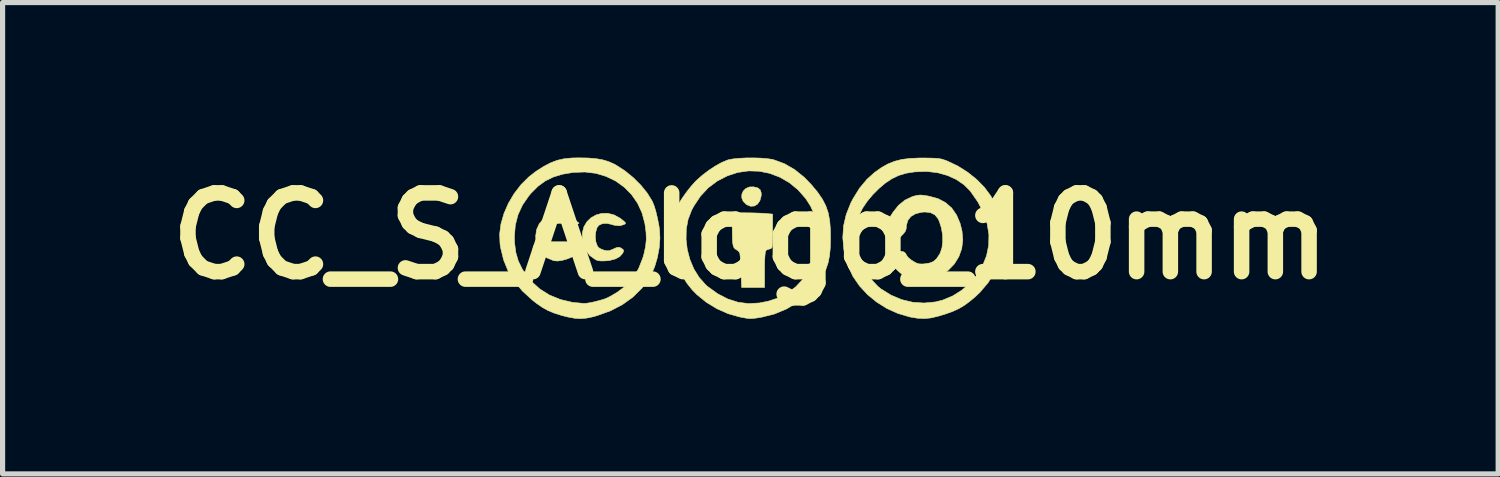
<source format=kicad_pcb>
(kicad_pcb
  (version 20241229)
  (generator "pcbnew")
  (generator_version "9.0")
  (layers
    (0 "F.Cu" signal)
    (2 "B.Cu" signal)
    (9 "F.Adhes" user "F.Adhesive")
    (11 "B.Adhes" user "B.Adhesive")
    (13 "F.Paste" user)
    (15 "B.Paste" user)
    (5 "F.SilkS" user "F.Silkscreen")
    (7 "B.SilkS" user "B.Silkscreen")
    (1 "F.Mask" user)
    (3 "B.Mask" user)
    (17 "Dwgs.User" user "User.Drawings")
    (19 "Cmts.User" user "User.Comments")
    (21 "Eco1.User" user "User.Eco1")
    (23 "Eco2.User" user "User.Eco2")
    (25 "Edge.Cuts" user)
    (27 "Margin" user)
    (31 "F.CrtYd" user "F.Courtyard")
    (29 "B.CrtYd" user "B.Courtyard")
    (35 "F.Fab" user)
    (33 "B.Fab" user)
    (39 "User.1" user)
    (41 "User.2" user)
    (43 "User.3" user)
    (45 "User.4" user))
  (footprint "CC_S_A_logo_10mm"
    (layer "F.Cu")
    (at 11.474 1.518)
    (property "Reference" "CC_S_A_logo_10mm" (at 0 0 0) (layer "F.SilkS") (effects (font (size 1.524 1.524) (thickness 0.3))))
    (attr through_hole)
    (fp_poly (pts (xy 0.144 -0.931) (xy 0.191 -0.892) (xy 0.21 -0.831) (xy 0.208 -0.773) (xy 0.183 -0.682) (xy 0.136 -0.616) (xy 0.074 -0.58) (xy 0.002 -0.576) (xy -0.074 -0.607) (xy -0.077 -0.609) (xy -0.138 -0.669) (xy -0.167 -0.737) (xy -0.166 -0.807) (xy -0.138 -0.871) (xy -0.087 -0.921) (xy -0.016 -0.95) (xy 0.063 -0.951) (xy 0.144 -0.931)) (stroke (width 0.01) (type solid)) (fill yes) (layer "F.SilkS"))
    (fp_poly (pts (xy 0.001 -0.448) (xy 0.116 -0.445) (xy 0.218 -0.441) (xy 0.28 -0.437) (xy 0.43 -0.424) (xy 0.43 -0.116) (xy 0.429 -0.008) (xy 0.427 0.087) (xy 0.424 0.163) (xy 0.42 0.211) (xy 0.418 0.223) (xy 0.391 0.247) (xy 0.36 0.254) (xy 0.315 0.269) (xy 0.294 0.292) (xy 0.287 0.325) (xy 0.281 0.39) (xy 0.276 0.482) (xy 0.274 0.594) (xy 0.274 0.663) (xy 0.274 0.996) (xy -0.17 0.996) (xy -0.182 0.678) (xy -0.187 0.568) (xy -0.192 0.47) (xy -0.198 0.392) (xy -0.204 0.341) (xy -0.207 0.325) (xy -0.233 0.292) (xy -0.273 0.264) (xy -0.3 0.246) (xy -0.32 0.221) (xy -0.334 0.184) (xy -0.344 0.128) (xy -0.349 0.048) (xy -0.351 -0.061) (xy -0.352 -0.169) (xy -0.352 -0.449) (xy -0.11 -0.449) (xy 0.001 -0.448)) (stroke (width 0.01) (type solid)) (fill yes) (layer "F.SilkS"))
    (fp_poly (pts (xy -3.577 -0.412) (xy -3.458 -0.353) (xy -3.41 -0.32) (xy -3.316 -0.248) (xy -3.363 -0.223) (xy -3.443 -0.198) (xy -3.537 -0.208) (xy -3.596 -0.227) (xy -3.687 -0.248) (xy -3.767 -0.236) (xy -3.83 -0.192) (xy -3.863 -0.14) (xy -3.882 -0.068) (xy -3.887 0.017) (xy -3.882 0.103) (xy -3.865 0.178) (xy -3.838 0.23) (xy -3.83 0.238) (xy -3.771 0.264) (xy -3.692 0.273) (xy -3.605 0.263) (xy -3.543 0.244) (xy -3.481 0.221) (xy -3.438 0.218) (xy -3.401 0.234) (xy -3.38 0.25) (xy -3.35 0.281) (xy -3.35 0.311) (xy -3.359 0.329) (xy -3.4 0.372) (xy -3.469 0.413) (xy -3.555 0.447) (xy -3.646 0.472) (xy -3.733 0.484) (xy -3.803 0.478) (xy -3.81 0.476) (xy -3.938 0.423) (xy -4.032 0.356) (xy -4.098 0.27) (xy -4.139 0.161) (xy -4.143 0.147) (xy -4.157 0.005) (xy -4.138 -0.125) (xy -4.086 -0.238) (xy -4.005 -0.331) (xy -3.896 -0.4) (xy -3.807 -0.431) (xy -3.696 -0.439) (xy -3.577 -0.412)) (stroke (width 0.01) (type solid)) (fill yes) (layer "F.SilkS"))
    (fp_poly (pts (xy -2.64 -0.409) (xy -2.524 -0.346) (xy -2.491 -0.321) (xy -2.441 -0.28) (xy -2.419 -0.255) (xy -2.419 -0.24) (xy -2.439 -0.226) (xy -2.446 -0.222) (xy -2.529 -0.198) (xy -2.632 -0.208) (xy -2.696 -0.227) (xy -2.784 -0.245) (xy -2.865 -0.239) (xy -2.93 -0.21) (xy -2.967 -0.166) (xy -2.994 -0.076) (xy -3.002 0.021) (xy -2.991 0.114) (xy -2.963 0.191) (xy -2.939 0.223) (xy -2.902 0.247) (xy -2.846 0.27) (xy -2.828 0.275) (xy -2.771 0.286) (xy -2.724 0.281) (xy -2.667 0.258) (xy -2.662 0.256) (xy -2.598 0.227) (xy -2.554 0.217) (xy -2.518 0.226) (xy -2.486 0.245) (xy -2.458 0.269) (xy -2.454 0.293) (xy -2.472 0.333) (xy -2.526 0.396) (xy -2.611 0.443) (xy -2.725 0.473) (xy -2.801 0.481) (xy -2.89 0.483) (xy -2.952 0.476) (xy -2.999 0.457) (xy -3.108 0.378) (xy -3.187 0.277) (xy -3.237 0.151) (xy -3.253 0.066) (xy -3.253 -0.065) (xy -3.222 -0.18) (xy -3.163 -0.278) (xy -3.083 -0.355) (xy -2.985 -0.409) (xy -2.876 -0.438) (xy -2.759 -0.439) (xy -2.64 -0.409)) (stroke (width 0.01) (type solid)) (fill yes) (layer "F.SilkS"))
    (fp_poly (pts (xy 3.337 -0.79) (xy 3.411 -0.779) (xy 3.46 -0.77) (xy 3.632 -0.723) (xy 3.776 -0.647) (xy 3.896 -0.542) (xy 3.989 -0.408) (xy 4.059 -0.244) (xy 4.095 -0.1) (xy 4.111 0.076) (xy 4.09 0.244) (xy 4.034 0.4) (xy 3.947 0.541) (xy 3.83 0.662) (xy 3.686 0.76) (xy 3.546 0.821) (xy 3.415 0.85) (xy 3.27 0.857) (xy 3.13 0.84) (xy 3.084 0.828) (xy 3.011 0.794) (xy 2.933 0.741) (xy 2.855 0.673) (xy 2.783 0.598) (xy 2.722 0.52) (xy 2.677 0.446) (xy 2.653 0.382) (xy 2.656 0.335) (xy 2.657 0.333) (xy 2.673 0.312) (xy 2.701 0.3) (xy 2.749 0.294) (xy 2.819 0.293) (xy 2.902 0.295) (xy 2.954 0.302) (xy 2.987 0.318) (xy 3.009 0.346) (xy 3.023 0.375) (xy 3.053 0.415) (xy 3.107 0.46) (xy 3.15 0.489) (xy 3.213 0.523) (xy 3.264 0.539) (xy 3.32 0.542) (xy 3.366 0.539) (xy 3.468 0.523) (xy 3.543 0.493) (xy 3.602 0.441) (xy 3.656 0.36) (xy 3.673 0.331) (xy 3.707 0.231) (xy 3.722 0.11) (xy 3.719 -0.024) (xy 3.696 -0.158) (xy 3.657 -0.282) (xy 3.63 -0.338) (xy 3.57 -0.41) (xy 3.487 -0.452) (xy 3.379 -0.465) (xy 3.314 -0.46) (xy 3.196 -0.431) (xy 3.106 -0.378) (xy 3.047 -0.302) (xy 3.019 -0.204) (xy 3.018 -0.181) (xy 3.013 -0.131) (xy 2.997 -0.089) (xy 2.964 -0.046) (xy 2.918 0.002) (xy 2.822 0.098) (xy 2.712 -0.000188) (xy 2.657 -0.048) (xy 2.619 -0.087) (xy 2.597 -0.121) (xy 2.592 -0.158) (xy 2.605 -0.204) (xy 2.637 -0.265) (xy 2.687 -0.346) (xy 2.757 -0.454) (xy 2.759 -0.458) (xy 2.867 -0.594) (xy 2.991 -0.695) (xy 3.132 -0.762) (xy 3.173 -0.774) (xy 3.231 -0.787) (xy 3.281 -0.793) (xy 3.337 -0.79)) (stroke (width 0.01) (type solid)) (fill yes) (layer "F.SilkS"))
    (fp_poly (pts (xy 0.196 -1.508) (xy 0.322 -1.498) (xy 0.423 -1.483) (xy 0.448 -1.477) (xy 0.657 -1.4) (xy 0.856 -1.286) (xy 1.044 -1.134) (xy 1.18 -0.994) (xy 1.299 -0.85) (xy 1.392 -0.715) (xy 1.46 -0.583) (xy 1.507 -0.445) (xy 1.535 -0.292) (xy 1.549 -0.115) (xy 1.551 0.029) (xy 1.547 0.219) (xy 1.532 0.377) (xy 1.506 0.511) (xy 1.468 0.626) (xy 1.421 0.723) (xy 1.279 0.935) (xy 1.108 1.123) (xy 0.914 1.283) (xy 0.698 1.412) (xy 0.465 1.509) (xy 0.218 1.571) (xy 0.205 1.573) (xy 0.112 1.588) (xy 0.044 1.596) (xy -0.012 1.598) (xy -0.07 1.592) (xy -0.143 1.579) (xy -0.215 1.565) (xy -0.435 1.502) (xy -0.651 1.406) (xy -0.854 1.282) (xy -1.036 1.134) (xy -1.129 1.039) (xy -1.231 0.91) (xy -1.322 0.766) (xy -1.398 0.617) (xy -1.454 0.473) (xy -1.484 0.345) (xy -1.5 0.184) (xy -1.504 0.063) (xy -1.245 0.063) (xy -1.222 0.262) (xy -1.171 0.455) (xy -1.094 0.638) (xy -0.992 0.802) (xy -0.868 0.942) (xy -0.826 0.979) (xy -0.633 1.118) (xy -0.438 1.219) (xy -0.24 1.282) (xy -0.037 1.308) (xy 0.174 1.296) (xy 0.345 1.262) (xy 0.543 1.197) (xy 0.718 1.105) (xy 0.877 0.984) (xy 1.023 0.829) (xy 1.098 0.733) (xy 1.197 0.565) (xy 1.268 0.379) (xy 1.308 0.184) (xy 1.315 -0.011) (xy 1.308 -0.09) (xy 1.274 -0.279) (xy 1.227 -0.439) (xy 1.163 -0.581) (xy 1.077 -0.715) (xy 1.069 -0.726) (xy 0.922 -0.894) (xy 0.754 -1.032) (xy 0.57 -1.138) (xy 0.374 -1.213) (xy 0.169 -1.254) (xy -0.039 -1.26) (xy -0.247 -1.23) (xy -0.445 -1.165) (xy -0.643 -1.063) (xy -0.816 -0.933) (xy -0.965 -0.774) (xy -1.093 -0.583) (xy -1.139 -0.497) (xy -1.206 -0.322) (xy -1.241 -0.134) (xy -1.245 0.063) (xy -1.504 0.063) (xy -1.505 0.017) (xy -1.501 -0.146) (xy -1.488 -0.297) (xy -1.466 -0.428) (xy -1.436 -0.53) (xy -1.432 -0.537) (xy -1.385 -0.629) (xy -1.317 -0.737) (xy -1.236 -0.851) (xy -1.15 -0.96) (xy -1.066 -1.054) (xy -1.042 -1.078) (xy -0.931 -1.176) (xy -0.808 -1.27) (xy -0.68 -1.354) (xy -0.558 -1.422) (xy -0.451 -1.467) (xy -0.428 -1.475) (xy -0.339 -1.492) (xy -0.221 -1.504) (xy -0.086 -1.511) (xy 0.057 -1.512) (xy 0.196 -1.508)) (stroke (width 0.01) (type solid)) (fill yes) (layer "F.SilkS"))
    (fp_poly (pts (xy -3.147 -1.51) (xy -2.994 -1.498) (xy -2.864 -1.476) (xy -2.749 -1.442) (xy -2.642 -1.395) (xy -2.598 -1.371) (xy -2.428 -1.261) (xy -2.265 -1.128) (xy -2.118 -0.981) (xy -1.994 -0.827) (xy -1.9 -0.674) (xy -1.899 -0.672) (xy -1.865 -0.59) (xy -1.831 -0.48) (xy -1.8 -0.351) (xy -1.773 -0.215) (xy -1.759 -0.126) (xy -1.751 0.042) (xy -1.765 0.227) (xy -1.8 0.415) (xy -1.853 0.595) (xy -1.922 0.754) (xy -1.955 0.813) (xy -2.099 1.009) (xy -2.273 1.181) (xy -2.476 1.327) (xy -2.707 1.447) (xy -2.965 1.54) (xy -3.05 1.564) (xy -3.172 1.589) (xy -3.286 1.599) (xy -3.402 1.592) (xy -3.533 1.568) (xy -3.654 1.537) (xy -3.795 1.493) (xy -3.914 1.444) (xy -4.025 1.383) (xy -4.139 1.304) (xy -4.224 1.237) (xy -4.414 1.063) (xy -4.569 0.878) (xy -4.689 0.679) (xy -4.777 0.462) (xy -4.835 0.223) (xy -4.846 0.152) (xy -4.852 0.008) (xy -4.568 0.008) (xy -4.564 0.137) (xy -4.54 0.32) (xy -4.493 0.482) (xy -4.419 0.635) (xy -4.377 0.702) (xy -4.239 0.879) (xy -4.075 1.026) (xy -3.888 1.143) (xy -3.677 1.229) (xy -3.445 1.284) (xy -3.224 1.305) (xy -3.174 1.302) (xy -3.1 1.29) (xy -3.014 1.272) (xy -2.98 1.263) (xy -2.893 1.24) (xy -2.827 1.22) (xy -2.77 1.197) (xy -2.711 1.167) (xy -2.639 1.125) (xy -2.567 1.081) (xy -2.406 0.96) (xy -2.272 0.81) (xy -2.164 0.631) (xy -2.082 0.423) (xy -2.059 0.342) (xy -2.028 0.199) (xy -2.015 0.065) (xy -2.02 -0.073) (xy -2.041 -0.231) (xy -2.043 -0.242) (xy -2.098 -0.449) (xy -2.185 -0.636) (xy -2.301 -0.803) (xy -2.443 -0.946) (xy -2.607 -1.064) (xy -2.791 -1.153) (xy -2.99 -1.213) (xy -3.203 -1.239) (xy -3.426 -1.231) (xy -3.43 -1.231) (xy -3.637 -1.196) (xy -3.814 -1.142) (xy -3.97 -1.066) (xy -4.111 -0.963) (xy -4.244 -0.83) (xy -4.288 -0.778) (xy -4.411 -0.6) (xy -4.498 -0.412) (xy -4.55 -0.21) (xy -4.568 0.008) (xy -4.852 0.008) (xy -4.854 -0.037) (xy -4.828 -0.235) (xy -4.77 -0.435) (xy -4.685 -0.631) (xy -4.574 -0.819) (xy -4.44 -0.993) (xy -4.286 -1.146) (xy -4.152 -1.25) (xy -4.002 -1.346) (xy -3.868 -1.416) (xy -3.74 -1.465) (xy -3.607 -1.495) (xy -3.459 -1.51) (xy -3.331 -1.513) (xy -3.147 -1.51)) (stroke (width 0.01) (type solid)) (fill yes) (layer "F.SilkS"))
    (fp_poly (pts (xy 3.384 -1.51) (xy 3.499 -1.508) (xy 3.583 -1.505) (xy 3.648 -1.499) (xy 3.701 -1.489) (xy 3.752 -1.473) (xy 3.811 -1.451) (xy 3.817 -1.448) (xy 4.017 -1.353) (xy 4.207 -1.233) (xy 4.38 -1.094) (xy 4.529 -0.942) (xy 4.647 -0.783) (xy 4.661 -0.76) (xy 4.71 -0.667) (xy 4.761 -0.558) (xy 4.803 -0.454) (xy 4.809 -0.437) (xy 4.833 -0.367) (xy 4.85 -0.308) (xy 4.861 -0.252) (xy 4.867 -0.187) (xy 4.87 -0.105) (xy 4.872 0.005) (xy 4.872 0.029) (xy 4.871 0.149) (xy 4.869 0.239) (xy 4.864 0.308) (xy 4.854 0.366) (xy 4.839 0.422) (xy 4.827 0.459) (xy 4.73 0.692) (xy 4.602 0.902) (xy 4.441 1.091) (xy 4.344 1.183) (xy 4.232 1.275) (xy 4.13 1.349) (xy 4.026 1.409) (xy 3.912 1.461) (xy 3.777 1.509) (xy 3.635 1.552) (xy 3.496 1.585) (xy 3.369 1.598) (xy 3.238 1.592) (xy 3.088 1.567) (xy 3.077 1.564) (xy 2.853 1.498) (xy 2.64 1.402) (xy 2.443 1.278) (xy 2.265 1.132) (xy 2.112 0.966) (xy 1.986 0.784) (xy 1.894 0.591) (xy 1.867 0.513) (xy 1.809 0.266) (xy 1.795 0.106) (xy 2.056 0.106) (xy 2.063 0.231) (xy 2.071 0.287) (xy 2.108 0.428) (xy 2.174 0.578) (xy 2.26 0.726) (xy 2.361 0.863) (xy 2.471 0.978) (xy 2.526 1.023) (xy 2.721 1.144) (xy 2.927 1.231) (xy 3.142 1.282) (xy 3.361 1.297) (xy 3.579 1.276) (xy 3.72 1.241) (xy 3.915 1.16) (xy 4.097 1.045) (xy 4.262 0.898) (xy 4.376 0.762) (xy 4.493 0.575) (xy 4.571 0.38) (xy 4.612 0.179) (xy 4.616 -0.027) (xy 4.582 -0.236) (xy 4.512 -0.447) (xy 4.404 -0.657) (xy 4.26 -0.864) (xy 4.25 -0.877) (xy 4.131 -0.995) (xy 3.983 -1.095) (xy 3.813 -1.172) (xy 3.628 -1.224) (xy 3.433 -1.248) (xy 3.37 -1.249) (xy 3.177 -1.241) (xy 3.012 -1.215) (xy 2.866 -1.171) (xy 2.74 -1.11) (xy 2.613 -1.026) (xy 2.487 -0.919) (xy 2.367 -0.799) (xy 2.261 -0.672) (xy 2.174 -0.544) (xy 2.114 -0.425) (xy 2.1 -0.384) (xy 2.079 -0.288) (xy 2.064 -0.166) (xy 2.056 -0.03) (xy 2.056 0.106) (xy 1.795 0.106) (xy 1.788 0.031) (xy 1.803 -0.196) (xy 1.855 -0.419) (xy 1.944 -0.641) (xy 1.987 -0.723) (xy 2.114 -0.928) (xy 2.257 -1.099) (xy 2.403 -1.23) (xy 2.533 -1.322) (xy 2.659 -1.394) (xy 2.789 -1.446) (xy 2.929 -1.482) (xy 3.089 -1.502) (xy 3.274 -1.51) (xy 3.384 -1.51)) (stroke (width 0.01) (type solid)) (fill yes) (layer "F.SilkS")))
  (gr_rect
    (start -3 -3)
    (end 25.947 6.122)
    (stroke (width 0.1) (type default))
    (fill no)
    (layer "Edge.Cuts")))
</source>
